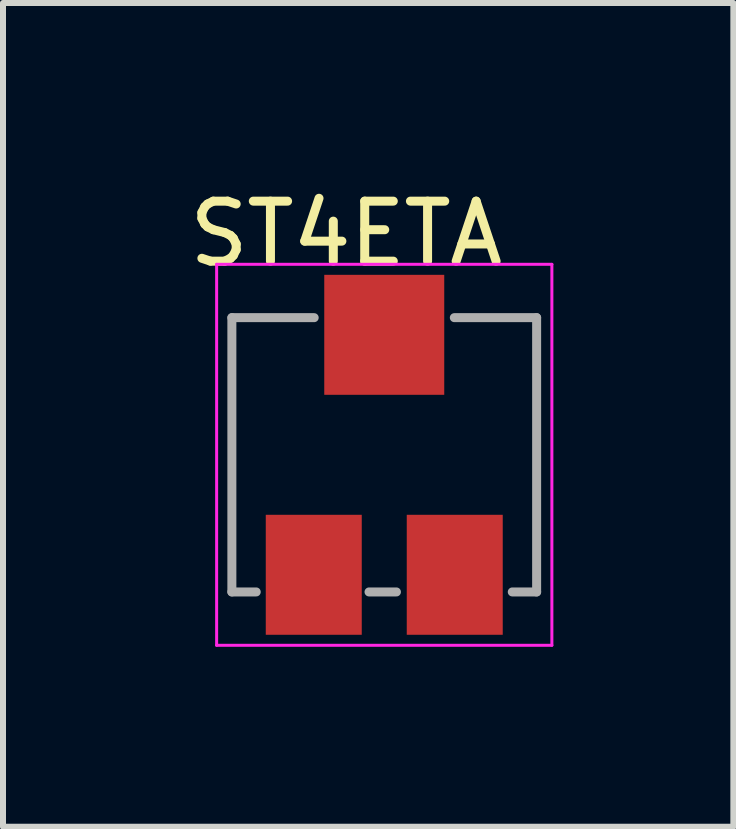
<source format=kicad_pcb>
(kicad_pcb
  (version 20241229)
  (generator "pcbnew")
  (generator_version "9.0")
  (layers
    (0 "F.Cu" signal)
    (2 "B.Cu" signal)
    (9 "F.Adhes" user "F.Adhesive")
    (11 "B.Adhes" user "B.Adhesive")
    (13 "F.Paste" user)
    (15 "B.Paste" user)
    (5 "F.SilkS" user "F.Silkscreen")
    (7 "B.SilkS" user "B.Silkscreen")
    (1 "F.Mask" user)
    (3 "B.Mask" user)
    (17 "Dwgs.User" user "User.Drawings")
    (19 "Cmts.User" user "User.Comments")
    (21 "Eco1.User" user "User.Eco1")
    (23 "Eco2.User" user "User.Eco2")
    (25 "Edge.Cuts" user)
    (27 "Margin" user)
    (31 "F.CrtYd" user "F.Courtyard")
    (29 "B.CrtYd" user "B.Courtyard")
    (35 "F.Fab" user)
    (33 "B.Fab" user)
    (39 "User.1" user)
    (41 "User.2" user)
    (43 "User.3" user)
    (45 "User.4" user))
  (footprint "ST4ETA"
    (layer "F.Cu")
    (at 3.355 4.531)
    (property "Reference" "ST4ETA" (at -0.635 -3.683 0) (layer "F.SilkS") (effects (font (size 1 1) (thickness 0.15))))
    (attr through_hole)
    (fp_line (start -2.794 -3.175) (end 2.794 -3.175) (stroke (width 0.05) (type solid)) (layer "F.CrtYd"))
    (fp_line (start -2.794 3.175) (end -2.794 -3.175) (stroke (width 0.05) (type solid)) (layer "F.CrtYd"))
    (fp_line (start 2.794 -3.175) (end 2.794 3.175) (stroke (width 0.05) (type solid)) (layer "F.CrtYd"))
    (fp_line (start 2.794 3.175) (end -2.794 3.175) (stroke (width 0.05) (type solid)) (layer "F.CrtYd"))
    (fp_line (start -2.54 -2.286) (end -2.54 2.286) (stroke (width 0.15) (type solid)) (layer "F.Fab"))
    (fp_line (start -2.54 -2.286) (end -1.168 -2.286) (stroke (width 0.15) (type solid)) (layer "F.Fab"))
    (fp_line (start -2.54 2.286) (end -2.134 2.286) (stroke (width 0.15) (type solid)) (layer "F.Fab"))
    (fp_line (start -0.254 2.286) (end 0.203 2.286) (stroke (width 0.15) (type solid)) (layer "F.Fab"))
    (fp_line (start 2.54 -2.286) (end 1.168 -2.286) (stroke (width 0.15) (type solid)) (layer "F.Fab"))
    (fp_line (start 2.54 2.286) (end 2.134 2.286) (stroke (width 0.15) (type solid)) (layer "F.Fab"))
    (fp_line (start 2.54 2.286) (end 2.54 -2.286) (stroke (width 0.15) (type solid)) (layer "F.Fab"))
    (pad "1" smd rect (at 1.175 2) (size 1.6 2) (layers "F.Cu" "F.Mask" "F.Paste"))
    (pad "2" smd rect (at 0 -2) (size 2 2) (layers "F.Cu" "F.Mask" "F.Paste"))
    (pad "3" smd rect (at -1.175 2) (size 1.6 2) (layers "F.Cu" "F.Mask" "F.Paste")))
  (gr_rect
    (start -3 -3)
    (end 9.174 10.731)
    (stroke (width 0.1) (type default))
    (fill no)
    (layer "Edge.Cuts")))
</source>
